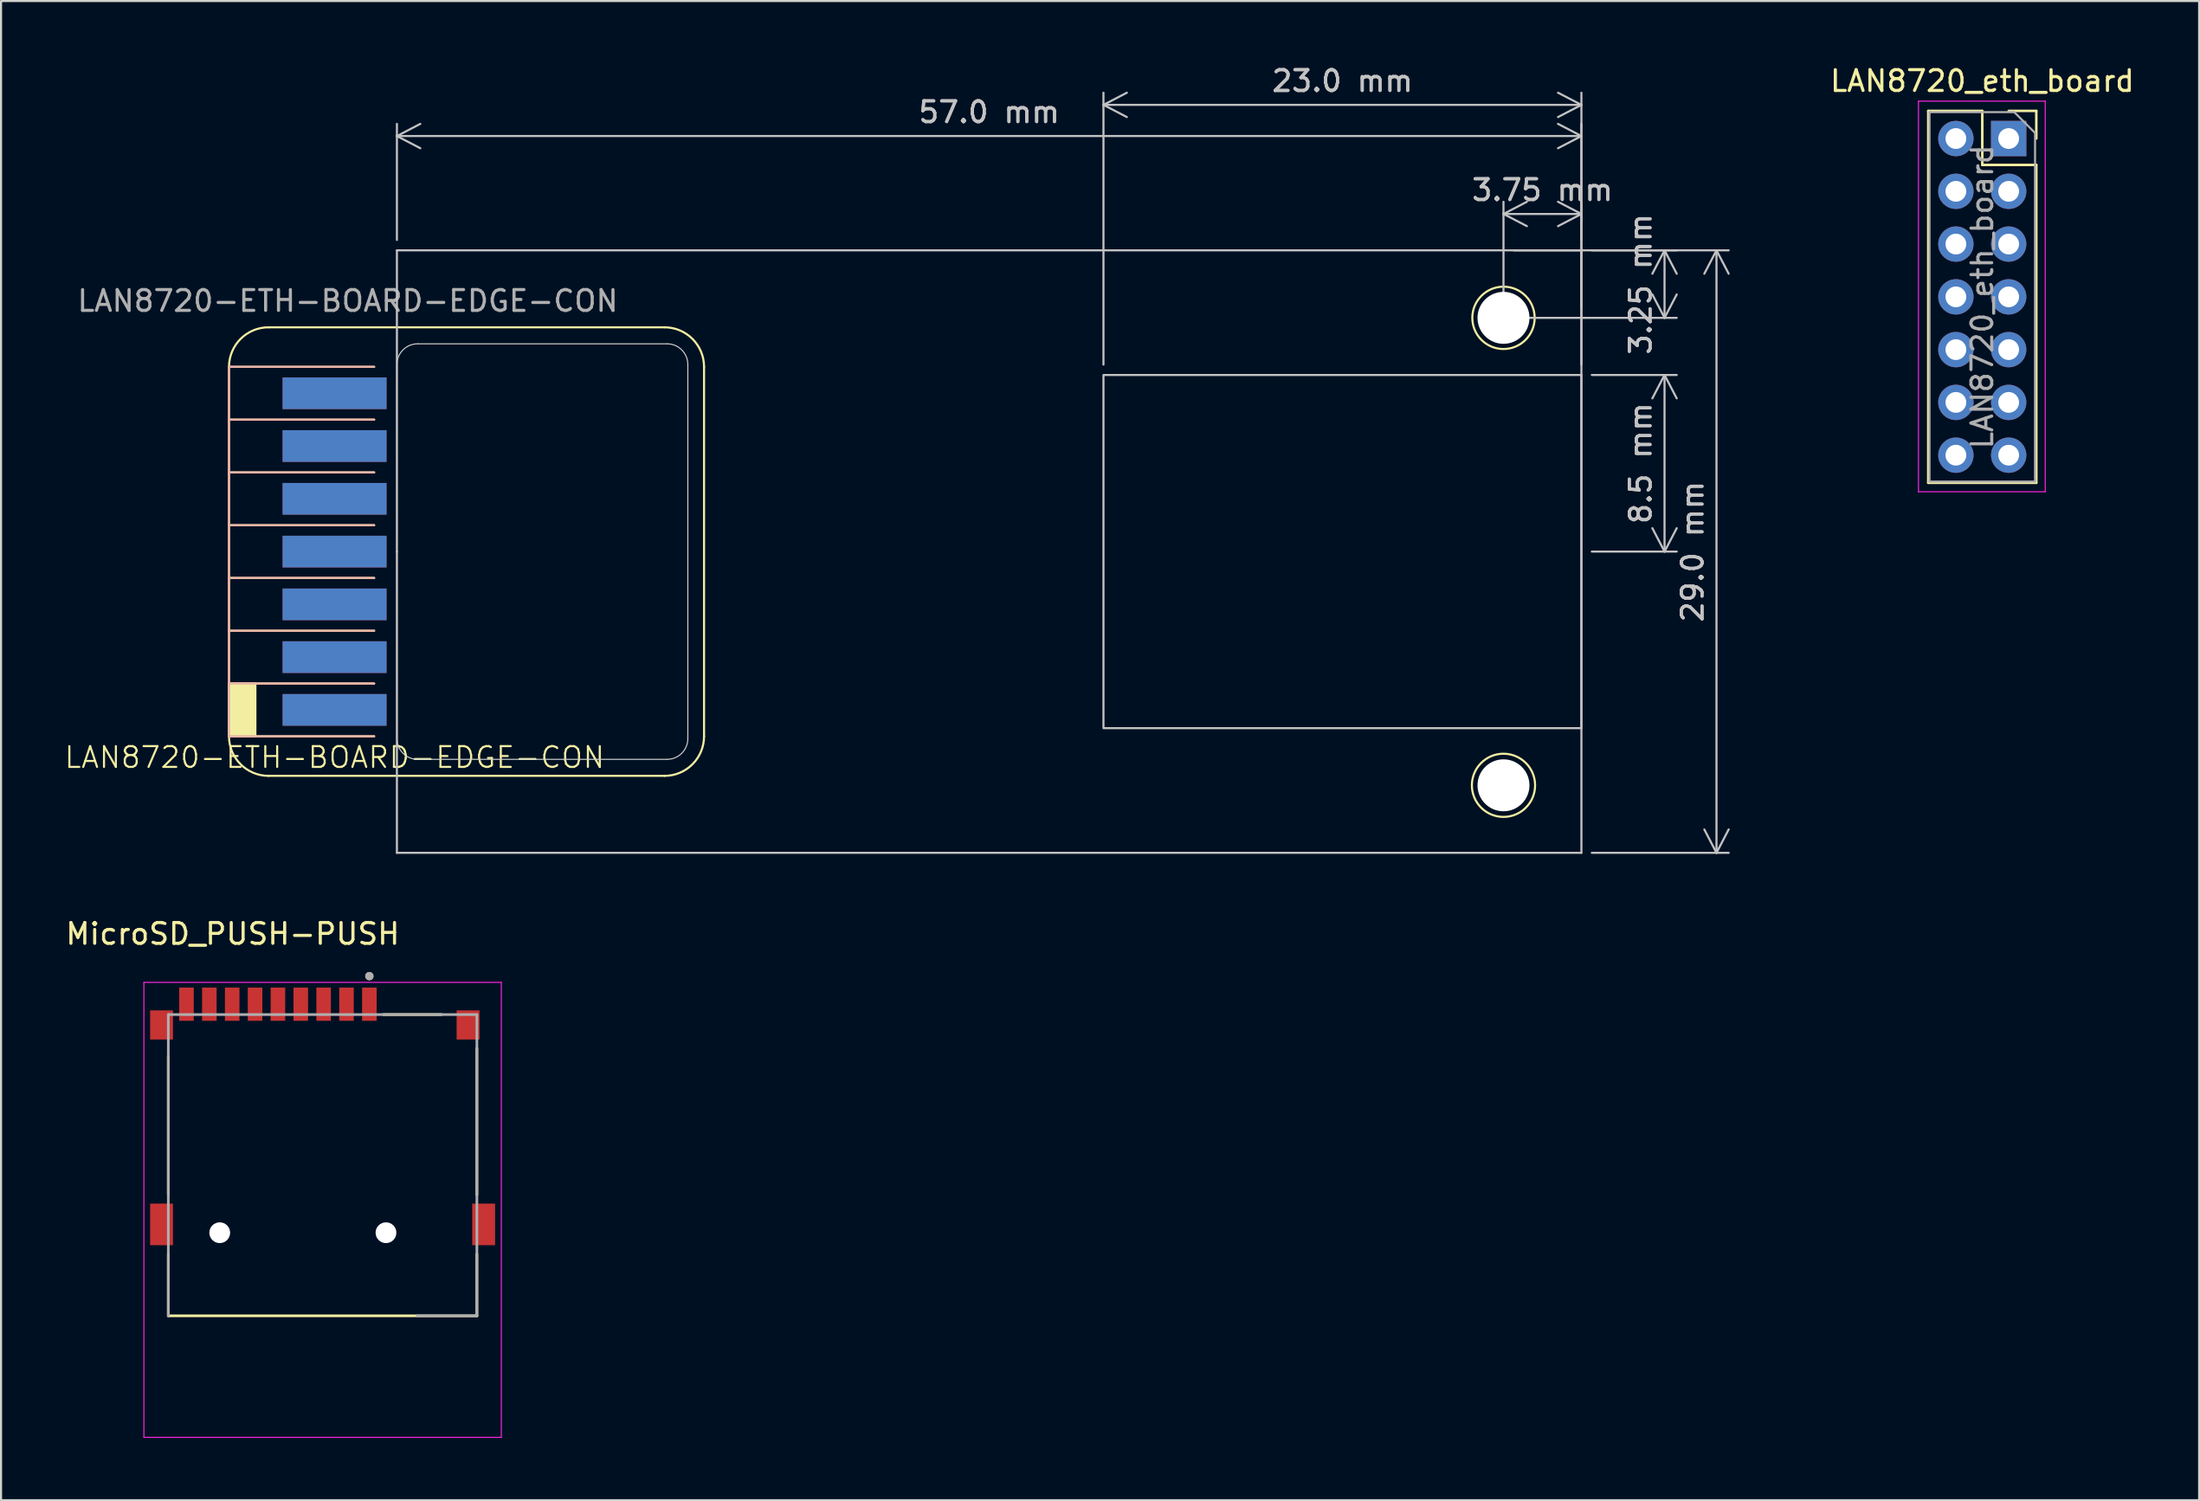
<source format=kicad_pcb>
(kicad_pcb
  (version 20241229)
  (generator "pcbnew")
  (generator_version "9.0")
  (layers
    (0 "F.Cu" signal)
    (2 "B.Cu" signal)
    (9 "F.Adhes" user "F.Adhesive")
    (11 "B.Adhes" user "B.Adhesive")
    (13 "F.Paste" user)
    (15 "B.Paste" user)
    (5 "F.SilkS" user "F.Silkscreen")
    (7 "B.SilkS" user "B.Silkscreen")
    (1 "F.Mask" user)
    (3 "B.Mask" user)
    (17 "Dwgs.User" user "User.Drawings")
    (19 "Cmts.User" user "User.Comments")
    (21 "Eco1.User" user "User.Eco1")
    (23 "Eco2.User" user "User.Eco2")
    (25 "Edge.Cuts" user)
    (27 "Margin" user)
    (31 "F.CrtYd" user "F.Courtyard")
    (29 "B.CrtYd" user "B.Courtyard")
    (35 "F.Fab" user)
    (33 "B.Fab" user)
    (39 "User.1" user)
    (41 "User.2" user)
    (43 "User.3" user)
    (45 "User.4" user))
  (footprint "LAN8720_eth_board"
    (layer "F.Cu")
    (at 93.61 3.618)
    (property "Reference" "LAN8720_eth_board" (at -1.27 -2.77 0) (layer "F.SilkS") (effects (font (size 1 1) (thickness 0.15))))
    (attr through_hole)
    (fp_line (start -3.87 -1.33) (end -3.87 16.57) (stroke (width 0.12) (type solid)) (layer "F.SilkS"))
    (fp_line (start -3.87 -1.33) (end -1.27 -1.33) (stroke (width 0.12) (type solid)) (layer "F.SilkS"))
    (fp_line (start -3.87 16.57) (end 1.33 16.57) (stroke (width 0.12) (type solid)) (layer "F.SilkS"))
    (fp_line (start -1.27 -1.33) (end -1.27 1.27) (stroke (width 0.12) (type solid)) (layer "F.SilkS"))
    (fp_line (start -1.27 1.27) (end 1.33 1.27) (stroke (width 0.12) (type solid)) (layer "F.SilkS"))
    (fp_line (start 0 -1.33) (end 1.33 -1.33) (stroke (width 0.12) (type solid)) (layer "F.SilkS"))
    (fp_line (start 1.33 -1.33) (end 1.33 0) (stroke (width 0.12) (type solid)) (layer "F.SilkS"))
    (fp_line (start 1.33 1.27) (end 1.33 16.57) (stroke (width 0.12) (type solid)) (layer "F.SilkS"))
    (fp_line (start -4.34 -1.8) (end 1.76 -1.8) (stroke (width 0.05) (type solid)) (layer "F.CrtYd"))
    (fp_line (start -4.34 17) (end -4.34 -1.8) (stroke (width 0.05) (type solid)) (layer "F.CrtYd"))
    (fp_line (start 1.76 -1.8) (end 1.76 17) (stroke (width 0.05) (type solid)) (layer "F.CrtYd"))
    (fp_line (start 1.76 17) (end -4.34 17) (stroke (width 0.05) (type solid)) (layer "F.CrtYd"))
    (fp_line (start -3.81 -1.27) (end 0.27 -1.27) (stroke (width 0.1) (type solid)) (layer "F.Fab"))
    (fp_line (start -3.81 16.51) (end -3.81 -1.27) (stroke (width 0.1) (type solid)) (layer "F.Fab"))
    (fp_line (start 0.27 -1.27) (end 1.27 -0.27) (stroke (width 0.1) (type solid)) (layer "F.Fab"))
    (fp_line (start 1.27 -0.27) (end 1.27 16.51) (stroke (width 0.1) (type solid)) (layer "F.Fab"))
    (fp_line (start 1.27 16.51) (end -3.81 16.51) (stroke (width 0.1) (type solid)) (layer "F.Fab"))
    (fp_text user "${REFERENCE}" (at -1.27 7.62 90) (layer "F.Fab") (effects (font (size 1 1) (thickness 0.15))))
    (pad "1" thru_hole rect (at 0 0) (size 1.7 1.7) (drill 1) (layers "*.Cu" "*.Mask"))
    (pad "2" thru_hole oval (at -2.54 0) (size 1.7 1.7) (drill 1) (layers "*.Cu" "*.Mask"))
    (pad "3" thru_hole oval (at 0 2.54) (size 1.7 1.7) (drill 1) (layers "*.Cu" "*.Mask"))
    (pad "4" thru_hole oval (at -2.54 2.54) (size 1.7 1.7) (drill 1) (layers "*.Cu" "*.Mask"))
    (pad "5" thru_hole oval (at 0 5.08) (size 1.7 1.7) (drill 1) (layers "*.Cu" "*.Mask"))
    (pad "6" thru_hole oval (at -2.54 5.08) (size 1.7 1.7) (drill 1) (layers "*.Cu" "*.Mask"))
    (pad "7" thru_hole oval (at 0 7.62) (size 1.7 1.7) (drill 1) (layers "*.Cu" "*.Mask"))
    (pad "8" thru_hole oval (at -2.54 7.62) (size 1.7 1.7) (drill 1) (layers "*.Cu" "*.Mask"))
    (pad "9" thru_hole oval (at 0 10.16) (size 1.7 1.7) (drill 1) (layers "*.Cu" "*.Mask"))
    (pad "10" thru_hole oval (at -2.54 10.16) (size 1.7 1.7) (drill 1) (layers "*.Cu" "*.Mask"))
    (pad "11" thru_hole oval (at 0 12.7) (size 1.7 1.7) (drill 1) (layers "*.Cu" "*.Mask"))
    (pad "12" thru_hole oval (at -2.54 12.7) (size 1.7 1.7) (drill 1) (layers "*.Cu" "*.Mask"))
    (pad "13" thru_hole oval (at 0 15.24) (size 1.7 1.7) (drill 1) (layers "*.Cu" "*.Mask"))
    (pad "14" thru_hole oval (at -2.54 15.24) (size 1.7 1.7) (drill 1) (layers "*.Cu" "*.Mask")))
  (footprint "MicroSD_PUSH-PUSH"
    (layer "F.Cu")
    (at 12.474 53.032)
    (property "Reference" "MicroSD_PUSH-PUSH" (at -4.325 -11.135 0) (layer "F.SilkS") (effects (font (size 1 1) (thickness 0.15))))
    (attr smd)
    (fp_line (start -7.425 -5.23) (end -7.425 1.43) (stroke (width 0.127) (type solid)) (layer "F.SilkS"))
    (fp_line (start -7.425 4.27) (end -7.425 7.25) (stroke (width 0.127) (type solid)) (layer "F.SilkS"))
    (fp_line (start -7.425 7.25) (end 7.425 7.25) (stroke (width 0.127) (type solid)) (layer "F.SilkS"))
    (fp_line (start 5.73 -7.25) (end 2.92 -7.25) (stroke (width 0.127) (type solid)) (layer "F.SilkS"))
    (fp_line (start 7.425 -5.63) (end 7.425 1.43) (stroke (width 0.127) (type solid)) (layer "F.SilkS"))
    (fp_line (start 7.425 4.27) (end 7.425 7.25) (stroke (width 0.127) (type solid)) (layer "F.SilkS"))
    (fp_circle (center 2.25 -9.1) (end 2.35 -9.1) (stroke (width 0.2) (type solid)) (fill no) (layer "F.SilkS"))
    (fp_line (start -8.6 -8.8) (end 8.6 -8.8) (stroke (width 0.05) (type solid)) (layer "F.CrtYd"))
    (fp_line (start -8.6 13.1) (end -8.6 -8.8) (stroke (width 0.05) (type solid)) (layer "F.CrtYd"))
    (fp_line (start 8.6 -8.8) (end 8.6 13.1) (stroke (width 0.05) (type solid)) (layer "F.CrtYd"))
    (fp_line (start 8.6 13.1) (end -8.6 13.1) (stroke (width 0.05) (type solid)) (layer "F.CrtYd"))
    (fp_line (start -7.425 -7.25) (end -7.425 7.25) (stroke (width 0.127) (type solid)) (layer "F.Fab"))
    (fp_line (start 4.55 7.25) (end 7.425 7.25) (stroke (width 0.127) (type solid)) (layer "F.Fab"))
    (fp_line (start 7.425 -7.25) (end -7.425 -7.25) (stroke (width 0.127) (type solid)) (layer "F.Fab"))
    (fp_line (start 7.425 7.25) (end 7.425 -7.25) (stroke (width 0.127) (type solid)) (layer "F.Fab"))
    (fp_circle (center 2.25 -9.1) (end 2.35 -9.1) (stroke (width 0.2) (type solid)) (fill no) (layer "F.Fab"))
    (pad "" np_thru_hole circle (at -4.95 3.25) (size 1 1) (drill 1) (layers "*.Cu" "*.Mask"))
    (pad "" np_thru_hole circle (at 3.05 3.25) (size 1 1) (drill 1) (layers "*.Cu" "*.Mask"))
    (pad "1" smd rect (at 2.25 -7.75) (size 0.7 1.6) (layers "F.Cu" "F.Mask" "F.Paste"))
    (pad "2" smd rect (at 1.15 -7.75) (size 0.7 1.6) (layers "F.Cu" "F.Mask" "F.Paste"))
    (pad "3" smd rect (at 0.05 -7.75) (size 0.7 1.6) (layers "F.Cu" "F.Mask" "F.Paste"))
    (pad "4" smd rect (at -1.05 -7.75) (size 0.7 1.6) (layers "F.Cu" "F.Mask" "F.Paste"))
    (pad "5" smd rect (at -2.15 -7.75) (size 0.7 1.6) (layers "F.Cu" "F.Mask" "F.Paste"))
    (pad "6" smd rect (at -3.25 -7.75) (size 0.7 1.6) (layers "F.Cu" "F.Mask" "F.Paste"))
    (pad "7" smd rect (at -4.35 -7.75) (size 0.7 1.6) (layers "F.Cu" "F.Mask" "F.Paste"))
    (pad "8" smd rect (at -5.45 -7.75) (size 0.7 1.6) (layers "F.Cu" "F.Mask" "F.Paste"))
    (pad "9" smd rect (at -6.55 -7.75) (size 0.7 1.6) (layers "F.Cu" "F.Mask" "F.Paste"))
    (pad "10" smd rect (at -7.75 -6.75) (size 1.1 1.4) (layers "F.Cu" "F.Mask" "F.Paste"))
    (pad "10" smd rect (at -7.75 2.85) (size 1.1 2) (layers "F.Cu" "F.Mask" "F.Paste"))
    (pad "10" smd rect (at 7 -6.75) (size 1.1 1.4) (layers "F.Cu" "F.Mask" "F.Paste"))
    (pad "10" smd rect (at 7.75 2.85) (size 1.1 2) (layers "F.Cu" "F.Mask" "F.Paste")))
  (footprint "LAN8720-ETH-BOARD-EDGE-CON"
    (layer "F.Cu")
    (at 13.05 23.498)
    (property "Reference" "LAN8720-ETH-BOARD-EDGE-CON" (at 0 9.906 0) (unlocked yes) (layer "F.SilkS") (effects (font (size 1 1) (thickness 0.1))))
    (fp_line (start -5.08 -8.89) (end -5.08 8.89) (stroke (width 0.1) (type default)) (layer "F.SilkS"))
    (fp_line (start -5.08 -6.35) (end 1.905 -6.35) (stroke (width 0.1) (type default)) (layer "F.SilkS"))
    (fp_line (start -5.08 -3.81) (end 1.905 -3.81) (stroke (width 0.1) (type default)) (layer "F.SilkS"))
    (fp_line (start -5.08 -1.27) (end 1.905 -1.27) (stroke (width 0.1) (type default)) (layer "F.SilkS"))
    (fp_line (start -5.08 1.27) (end 1.905 1.27) (stroke (width 0.1) (type default)) (layer "F.SilkS"))
    (fp_line (start -5.08 3.81) (end 1.905 3.81) (stroke (width 0.1) (type default)) (layer "F.SilkS"))
    (fp_line (start -5.08 6.35) (end 1.905 6.35) (stroke (width 0.1) (type default)) (layer "F.SilkS"))
    (fp_line (start -5.08 8.89) (end 1.905 8.89) (stroke (width 0.1) (type default)) (layer "F.SilkS"))
    (fp_line (start 1.905 -8.89) (end -5.08 -8.89) (stroke (width 0.1) (type default)) (layer "F.SilkS"))
    (fp_line (start 15.875 -10.795) (end -3.175 -10.795) (stroke (width 0.1) (type solid)) (layer "F.SilkS"))
    (fp_line (start 15.875 10.795) (end -3.175 10.795) (stroke (width 0.1) (type solid)) (layer "F.SilkS"))
    (fp_line (start 17.78 8.89) (end 17.78 -8.89) (stroke (width 0.1) (type solid)) (layer "F.SilkS"))
    (fp_rect (start -5.08 6.35) (end -3.81 8.89) (stroke (width 0.1) (type solid)) (fill yes) (layer "F.SilkS"))
    (fp_arc (start -5.08 -8.89) (mid -4.522038 -10.237038) (end -3.175 -10.795) (stroke (width 0.1) (type solid)) (layer "F.SilkS"))
    (fp_arc (start -3.175 10.795) (mid -4.522038 10.237038) (end -5.08 8.89) (stroke (width 0.1) (type solid)) (layer "F.SilkS"))
    (fp_arc (start 15.875 -10.795) (mid 17.222038 -10.237038) (end 17.78 -8.89) (stroke (width 0.1) (type solid)) (layer "F.SilkS"))
    (fp_arc (start 17.78 8.89) (mid 17.222038 10.237038) (end 15.875 10.795) (stroke (width 0.1) (type solid)) (layer "F.SilkS"))
    (fp_circle (center 56.25 -11.25) (end 57.75 -11.25) (stroke (width 0.1) (type default)) (fill no) (layer "F.SilkS"))
    (fp_circle (center 56.25 11.25) (end 57.75 11.5) (stroke (width 0.1) (type default)) (fill no) (layer "F.SilkS"))
    (fp_line (start -5.08 -8.89) (end -5.08 8.89) (stroke (width 0.1) (type default)) (layer "B.SilkS"))
    (fp_line (start -5.08 -6.35) (end 1.905 -6.35) (stroke (width 0.1) (type default)) (layer "B.SilkS"))
    (fp_line (start -5.08 -3.81) (end 1.905 -3.81) (stroke (width 0.1) (type default)) (layer "B.SilkS"))
    (fp_line (start -5.08 -1.27) (end 1.905 -1.27) (stroke (width 0.1) (type default)) (layer "B.SilkS"))
    (fp_line (start -5.08 1.27) (end 1.905 1.27) (stroke (width 0.1) (type default)) (layer "B.SilkS"))
    (fp_line (start -5.08 3.81) (end 1.905 3.81) (stroke (width 0.1) (type default)) (layer "B.SilkS"))
    (fp_line (start -5.08 6.35) (end 1.905 6.35) (stroke (width 0.1) (type default)) (layer "B.SilkS"))
    (fp_line (start -5.08 8.89) (end 1.905 8.89) (stroke (width 0.1) (type default)) (layer "B.SilkS"))
    (fp_line (start 1.905 -8.89) (end -5.08 -8.89) (stroke (width 0.1) (type default)) (layer "B.SilkS"))
    (fp_line (start 3 -14.5) (end 60 -14.5) (stroke (width 0.1) (type default)) (layer "Dwgs.User"))
    (fp_line (start 3 0) (end 3 -14.5) (stroke (width 0.1) (type default)) (layer "Dwgs.User"))
    (fp_line (start 3 14.5) (end 3 0) (stroke (width 0.1) (type default)) (layer "Dwgs.User"))
    (fp_line (start 60 -14.5) (end 60 14.5) (stroke (width 0.1) (type default)) (layer "Dwgs.User"))
    (fp_line (start 60 14.5) (end 3 14.5) (stroke (width 0.1) (type default)) (layer "Dwgs.User"))
    (fp_rect (start 60 -8.5) (end 37 8.5) (stroke (width 0.1) (type default)) (fill no) (layer "Dwgs.User"))
    (fp_line (start 3 9) (end 3 -9) (stroke (width 0.05) (type default)) (layer "Edge.Cuts"))
    (fp_line (start 4 -10) (end 16 -10) (stroke (width 0.05) (type default)) (layer "Edge.Cuts"))
    (fp_line (start 4 10) (end 16 10) (stroke (width 0.05) (type default)) (layer "Edge.Cuts"))
    (fp_line (start 17 9) (end 17 -9) (stroke (width 0.05) (type default)) (layer "Edge.Cuts"))
    (fp_arc (start 3 -9) (mid 3.292893 -9.707107) (end 4 -10) (stroke (width 0.05) (type default)) (layer "Edge.Cuts"))
    (fp_arc (start 4 10) (mid 3.292893 9.707107) (end 3 9) (stroke (width 0.05) (type default)) (layer "Edge.Cuts"))
    (fp_arc (start 16 -10) (mid 16.707107 -9.707107) (end 17 -9) (stroke (width 0.05) (type default)) (layer "Edge.Cuts"))
    (fp_arc (start 17 9) (mid 16.707107 9.707107) (end 16 10) (stroke (width 0.05) (type default)) (layer "Edge.Cuts"))
    (fp_text user "${REFERENCE}" (at 0.635 -12.065 0) (unlocked yes) (layer "F.Fab") (effects (font (size 1 1) (thickness 0.15))))
    (dimension (type aligned) (layer "Dwgs.User") (pts (xy 73.05 8.998) (xy 73.05 37.998)) (height -6.5) (format (prefix "") (suffix "") (units 3) (units_format 1) (precision 1)) (style (thickness 0.1) (arrow_length 1.27) (text_position_mode 0) (arrow_direction outward) (extension_height 0.586) (extension_offset 0.5) (keep_text_aligned yes)) (gr_text "29.0 mm" (at 78.4 23.498 90) (layer "Dwgs.User") (effects (font (size 1 1) (thickness 0.15)))))
    (dimension (type aligned) (layer "Dwgs.User") (pts (xy 73.05 14.998) (xy 50.05 14.998)) (height 13) (format (prefix "") (suffix "") (units 3) (units_format 1) (precision 1)) (style (thickness 0.1) (arrow_length 1.27) (text_position_mode 0) (arrow_direction outward) (extension_height 0.586) (extension_offset 0.5) (keep_text_aligned yes)) (gr_text "23.0 mm" (at 61.55 0.848 0) (layer "Dwgs.User") (effects (font (size 1 1) (thickness 0.15)))))
    (dimension (type aligned) (layer "Dwgs.User") (pts (xy 73.05 23.498) (xy 73.05 14.998)) (height 4) (format (prefix "") (suffix "") (units 3) (units_format 1) (precision 1)) (style (thickness 0.1) (arrow_length 1.27) (text_position_mode 0) (arrow_direction outward) (extension_height 0.586) (extension_offset 0.5) (keep_text_aligned yes)) (gr_text "8.5 mm" (at 75.9 19.248 90) (layer "Dwgs.User") (effects (font (size 1 1) (thickness 0.15)))))
    (dimension (type aligned) (layer "Dwgs.User") (pts (xy 16.05 8.998) (xy 73.05 8.998)) (height -5.5) (format (prefix "") (suffix "") (units 3) (units_format 1) (precision 1)) (style (thickness 0.1) (arrow_length 1.27) (text_position_mode 0) (arrow_direction outward) (extension_height 0.586) (extension_offset 0.5) (keep_text_aligned yes)) (gr_text "57.0 mm" (at 44.55 2.348 0) (layer "Dwgs.User") (effects (font (size 1 1) (thickness 0.15)))))
    (dimension (type aligned) (layer "Dwgs.User") (pts (xy 69.3 12.248) (xy 69.3 8.998)) (height 7.75) (format (prefix "") (suffix "") (units 3) (units_format 1) (precision 2)) (style (thickness 0.1) (arrow_length 1.27) (text_position_mode 0) (arrow_direction outward) (extension_height 0.586) (extension_offset 0.5) (keep_text_aligned yes)) (gr_text "3.25 mm" (at 75.9 10.623 90) (layer "Dwgs.User") (effects (font (size 1 1) (thickness 0.15)))))
    (dimension (type aligned) (layer "Dwgs.User") (pts (xy 69.3 12.248) (xy 73.05 12.248)) (height -5) (format (prefix "") (suffix "") (units 3) (units_format 1) (precision 2)) (style (thickness 0.1) (arrow_length 1.27) (text_position_mode 0) (arrow_direction outward) (extension_height 0.586) (extension_offset 0.5) (keep_text_aligned yes)) (gr_text "3.75 mm" (at 71.175 6.098 0) (layer "Dwgs.User") (effects (font (size 1 1) (thickness 0.15)))))
    (pad "" np_thru_hole circle (at 56.25 -11.25) (size 2.5 2.5) (drill 2.5) (layers "*.Cu" "*.Mask"))
    (pad "" np_thru_hole circle (at 56.25 11.25) (size 2.5 2.5) (drill 2.5) (layers "*.Cu" "*.Mask"))
    (pad "1" smd rect (at 0 7.62) (size 5 1.524) (layers "F.Cu" "F.Mask"))
    (pad "2" smd rect (at 0 7.62) (size 5 1.524) (layers "B.Cu" "B.Mask"))
    (pad "3" smd rect (at 0 5.08) (size 5 1.524) (layers "F.Cu" "F.Mask"))
    (pad "4" smd rect (at 0 5.08) (size 5 1.524) (layers "B.Cu" "B.Mask"))
    (pad "5" smd rect (at 0 2.54) (size 5 1.524) (layers "F.Cu" "F.Mask"))
    (pad "6" smd rect (at 0 2.54) (size 5 1.524) (layers "B.Cu" "B.Mask"))
    (pad "7" smd rect (at 0 0) (size 5 1.524) (layers "F.Cu" "F.Mask"))
    (pad "8" smd rect (at 0 0) (size 5 1.524) (layers "B.Cu" "B.Mask"))
    (pad "9" smd rect (at 0 -2.54) (size 5 1.524) (layers "F.Cu" "F.Mask"))
    (pad "10" smd rect (at 0 -2.54) (size 5 1.524) (layers "B.Cu" "B.Mask"))
    (pad "11" smd rect (at 0 -5.08) (size 5 1.524) (layers "F.Cu" "F.Mask"))
    (pad "12" smd rect (at 0 -5.08) (size 5 1.524) (layers "B.Cu" "B.Mask"))
    (pad "13" smd rect (at 0 -7.62) (size 5 1.524) (layers "F.Cu" "F.Mask"))
    (pad "14" smd rect (at 0 -7.62) (size 5 1.524) (layers "B.Cu" "B.Mask")))
  (gr_rect
    (start -3 -3)
    (end 102.775 69.157)
    (stroke (width 0.1) (type default))
    (fill no)
    (layer "Edge.Cuts")))
</source>
